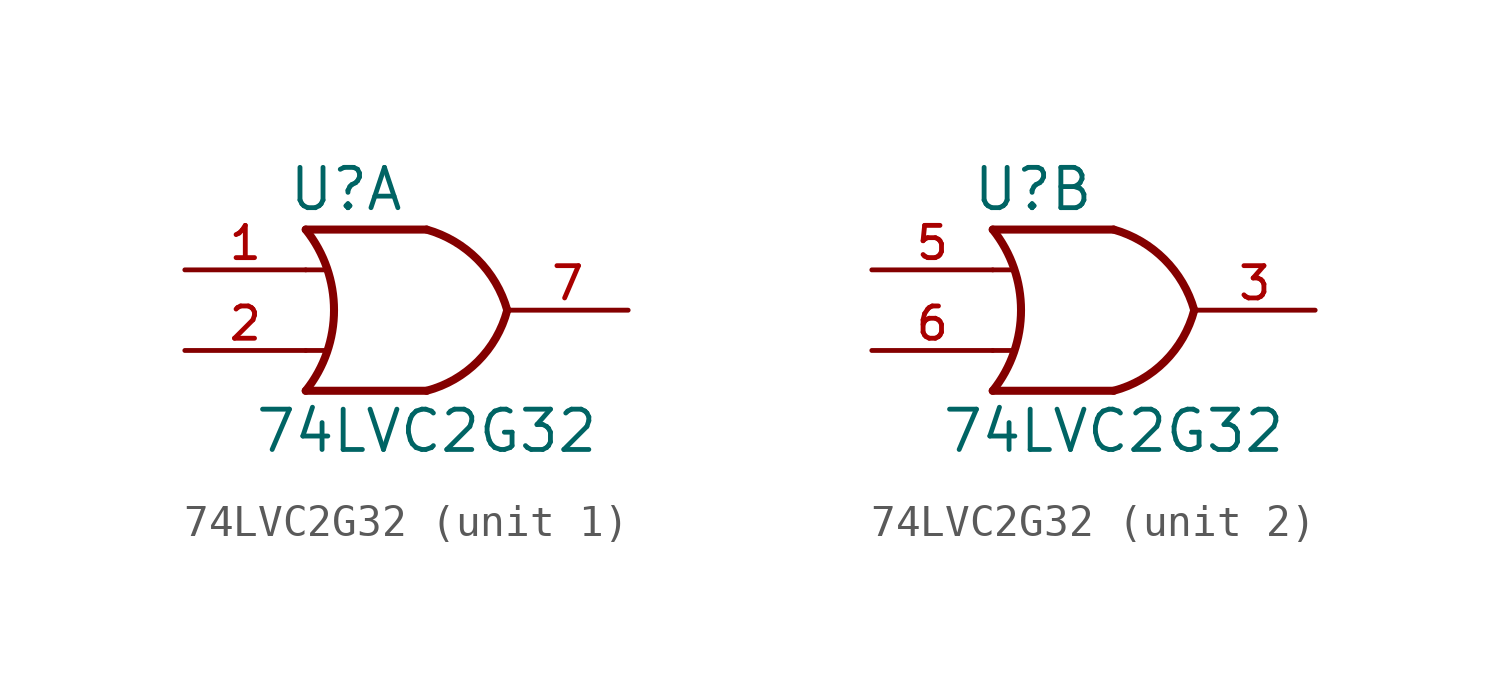
<source format=kicad_sym>
(kicad_symbol_lib
  (version 20210619)
  (generator kicad_symbol_editor)
  (symbol "74LVC2G32"
    (pin_names
      (offset 1.016))
    (property "Reference" "U"
      (at -2.54 3.81 0)
      (effects (font (size 1.27 1.27))))
    (property "Value" "74LVC2G32"
      (at 0 -3.81 0)
      (effects (font (size 1.27 1.27))))
    (symbol "74LVC2G32_0_1"
      (arc (start -3.81 2.54) (end -3.81 -2.54) (radius (at -6.985 0) (length 4.064) (angles 38.6 -38.6)) (stroke (width 0.254)) (fill (type none)))
      (arc (start 0 2.54) (end 2.54 0) (radius (at -0.9652 -0.9398) (length 3.6068) (angles 74.4 15)) (stroke (width 0.254)) (fill (type none)))
      (arc (start 0 -2.54) (end 2.54 0) (radius (at -0.9652 0.9398) (length 3.6068) (angles -74.4 -15)) (stroke (width 0.254)) (fill (type none)))
      (polyline (pts (xy -3.81 -1.27) (xy -3.175 -1.27)) (stroke (width 0)) (fill (type none)))
      (polyline (pts (xy -3.81 1.27) (xy -3.175 1.27)) (stroke (width 0)) (fill (type none)))
      (polyline (pts (xy 0 -2.54) (xy -3.81 -2.54)) (stroke (width 0.254)) (fill (type background)))
      (polyline (pts (xy 0 2.54) (xy -3.81 2.54)) (stroke (width 0.254)) (fill (type background)))
      (pin power_in line (at 0 -2.54 270) (length 0) (name "GND" (effects (font (size 0 0)))) (number "4" (effects (font (size 0 0)))))
      (pin power_in line (at 0 2.54 90) (length 0) (name "VCC" (effects (font (size 0 0)))) (number "8" (effects (font (size 0 0))))))
    (symbol "74LVC2G32_1_1"
      (pin input line (at -7.62 1.27 0) (length 3.81) (name "~" (effects (font (size 1.016 1.016)))) (number "1" (effects (font (size 1.016 1.016)))))
      (pin input line (at -7.62 -1.27 0) (length 3.81) (name "~" (effects (font (size 1.016 1.016)))) (number "2" (effects (font (size 1.016 1.016)))))
      (pin output line (at 6.35 0 180) (length 3.81) (name "~" (effects (font (size 1.016 1.016)))) (number "7" (effects (font (size 1.016 1.016))))))
    (symbol "74LVC2G32_2_1"
      (pin output line (at 6.35 0 180) (length 3.81) (name "~" (effects (font (size 1.016 1.016)))) (number "3" (effects (font (size 1.016 1.016)))))
      (pin input line (at -7.62 1.27 0) (length 3.81) (name "~" (effects (font (size 1.016 1.016)))) (number "5" (effects (font (size 1.016 1.016)))))
      (pin input line (at -7.62 -1.27 0) (length 3.81) (name "~" (effects (font (size 1.016 1.016)))) (number "6" (effects (font (size 1.016 1.016))))))))
</source>
